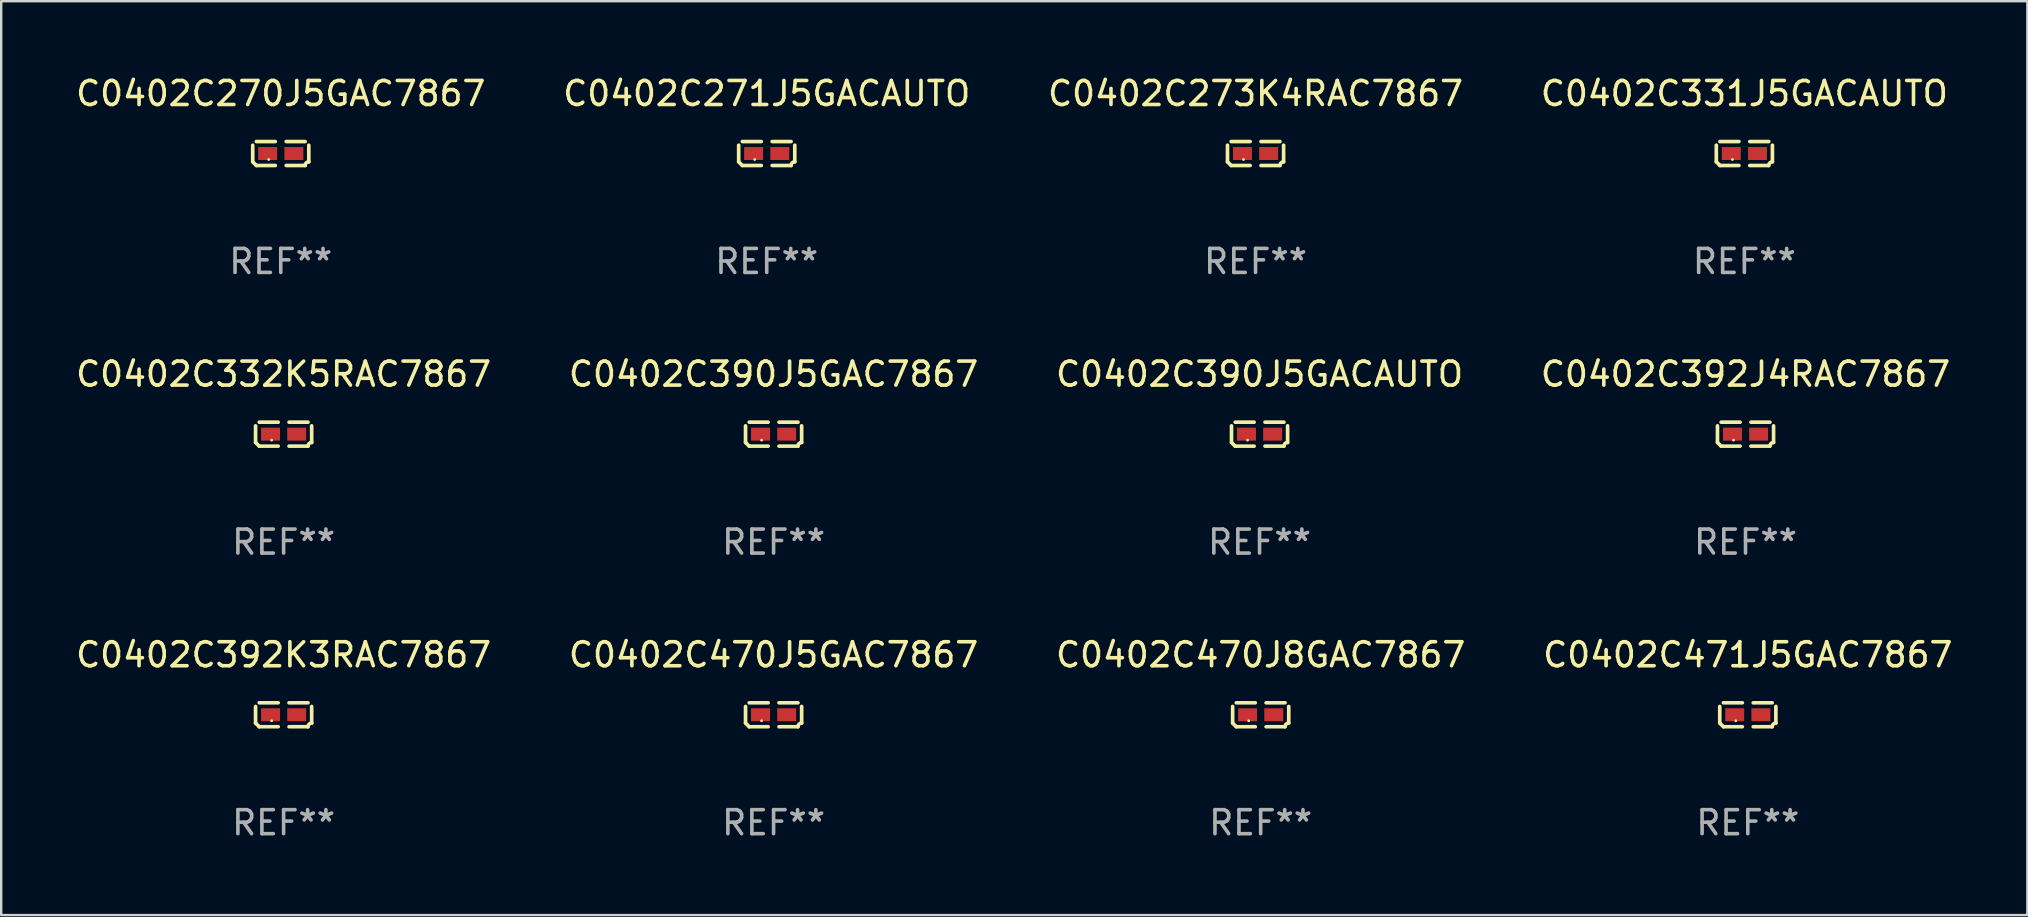
<source format=kicad_pcb>
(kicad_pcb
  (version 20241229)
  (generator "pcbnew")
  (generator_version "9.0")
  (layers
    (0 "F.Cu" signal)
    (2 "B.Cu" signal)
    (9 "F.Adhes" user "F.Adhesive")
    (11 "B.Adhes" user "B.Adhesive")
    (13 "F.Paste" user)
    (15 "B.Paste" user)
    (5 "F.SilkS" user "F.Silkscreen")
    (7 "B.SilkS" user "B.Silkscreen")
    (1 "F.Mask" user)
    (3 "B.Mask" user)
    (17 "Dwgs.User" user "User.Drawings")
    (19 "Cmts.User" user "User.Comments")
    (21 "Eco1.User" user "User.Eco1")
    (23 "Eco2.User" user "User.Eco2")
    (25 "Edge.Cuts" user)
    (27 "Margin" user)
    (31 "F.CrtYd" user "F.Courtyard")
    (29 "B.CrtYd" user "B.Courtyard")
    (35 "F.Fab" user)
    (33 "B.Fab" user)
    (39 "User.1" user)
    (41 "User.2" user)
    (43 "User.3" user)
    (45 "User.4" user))
  (footprint "C0402C390J5GAC7867"
    (layer "F.Cu")
    (at 29.185 15.041)
    (property "Reference" "C0402C390J5GAC7867" (at 0 -2.499 0) (layer "F.SilkS") (effects (font (size 1 1) (thickness 0.15))))
    (attr through_hole)
    (fp_line (start -1.169 0.346) (end -1.169 -0.346) (stroke (width 0.152) (type solid)) (layer "F.SilkS"))
    (fp_line (start -1.016 -0.499) (end -0.226 -0.499) (stroke (width 0.152) (type solid)) (layer "F.SilkS"))
    (fp_line (start -0.226 0.499) (end -1.016 0.499) (stroke (width 0.152) (type solid)) (layer "F.SilkS"))
    (fp_line (start 0.226 0.499) (end 1.016 0.499) (stroke (width 0.152) (type solid)) (layer "F.SilkS"))
    (fp_line (start 1.016 -0.499) (end 0.226 -0.499) (stroke (width 0.152) (type solid)) (layer "F.SilkS"))
    (fp_line (start 1.169 0.346) (end 1.169 -0.346) (stroke (width 0.152) (type solid)) (layer "F.SilkS"))
    (fp_arc (start -1.016307 0.498603) (mid -1.092512 0.422405) (end -1.16871 0.3462) (stroke (width 0.1524) (type solid)) (layer "F.SilkS"))
    (fp_arc (start 1.016307 0.498603) (mid 1.060899 0.390758) (end 1.168707 0.346076) (stroke (width 0.1524) (type solid)) (layer "F.SilkS"))
    (fp_circle (center -0.5 0.25) (end -0.47 0.25) (stroke (width 0.06) (type solid)) (fill no) (layer "F.SilkS"))
    (fp_text user "REF**" (at 0 4.499 0) (layer "F.Fab") (effects (font (size 1 1) (thickness 0.15))))
    (pad "1" smd rect (at -0.545 0) (size 0.79 0.54) (layers "F.Cu" "F.Mask" "F.Paste"))
    (pad "2" smd rect (at 0.545 0) (size 0.79 0.54) (layers "F.Cu" "F.Mask" "F.Paste")))
  (footprint "C0402C273K4RAC7867"
    (layer "F.Cu")
    (at 49.268 3.347)
    (property "Reference" "C0402C273K4RAC7867" (at 0 -2.499 0) (layer "F.SilkS") (effects (font (size 1 1) (thickness 0.15))))
    (attr through_hole)
    (fp_line (start -1.169 0.346) (end -1.169 -0.346) (stroke (width 0.152) (type solid)) (layer "F.SilkS"))
    (fp_line (start -1.016 -0.499) (end -0.226 -0.499) (stroke (width 0.152) (type solid)) (layer "F.SilkS"))
    (fp_line (start -0.226 0.499) (end -1.016 0.499) (stroke (width 0.152) (type solid)) (layer "F.SilkS"))
    (fp_line (start 0.226 0.499) (end 1.016 0.499) (stroke (width 0.152) (type solid)) (layer "F.SilkS"))
    (fp_line (start 1.016 -0.499) (end 0.226 -0.499) (stroke (width 0.152) (type solid)) (layer "F.SilkS"))
    (fp_line (start 1.169 0.346) (end 1.169 -0.346) (stroke (width 0.152) (type solid)) (layer "F.SilkS"))
    (fp_arc (start -1.016307 0.498603) (mid -1.092512 0.422405) (end -1.16871 0.3462) (stroke (width 0.1524) (type solid)) (layer "F.SilkS"))
    (fp_arc (start 1.016307 0.498603) (mid 1.060899 0.390758) (end 1.168707 0.346076) (stroke (width 0.1524) (type solid)) (layer "F.SilkS"))
    (fp_circle (center -0.5 0.25) (end -0.47 0.25) (stroke (width 0.06) (type solid)) (fill no) (layer "F.SilkS"))
    (fp_text user "REF**" (at 0 4.499 0) (layer "F.Fab") (effects (font (size 1 1) (thickness 0.15))))
    (pad "1" smd rect (at -0.545 0) (size 0.79 0.54) (layers "F.Cu" "F.Mask" "F.Paste"))
    (pad "2" smd rect (at 0.545 0) (size 0.79 0.54) (layers "F.Cu" "F.Mask" "F.Paste")))
  (footprint "C0402C471J5GAC7867"
    (layer "F.Cu")
    (at 69.78 26.734)
    (property "Reference" "C0402C471J5GAC7867" (at 0 -2.499 0) (layer "F.SilkS") (effects (font (size 1 1) (thickness 0.15))))
    (attr through_hole)
    (fp_line (start -1.169 0.346) (end -1.169 -0.346) (stroke (width 0.152) (type solid)) (layer "F.SilkS"))
    (fp_line (start -1.016 -0.499) (end -0.226 -0.499) (stroke (width 0.152) (type solid)) (layer "F.SilkS"))
    (fp_line (start -0.226 0.499) (end -1.016 0.499) (stroke (width 0.152) (type solid)) (layer "F.SilkS"))
    (fp_line (start 0.226 0.499) (end 1.016 0.499) (stroke (width 0.152) (type solid)) (layer "F.SilkS"))
    (fp_line (start 1.016 -0.499) (end 0.226 -0.499) (stroke (width 0.152) (type solid)) (layer "F.SilkS"))
    (fp_line (start 1.169 0.346) (end 1.169 -0.346) (stroke (width 0.152) (type solid)) (layer "F.SilkS"))
    (fp_arc (start -1.016307 0.498603) (mid -1.092512 0.422405) (end -1.16871 0.3462) (stroke (width 0.1524) (type solid)) (layer "F.SilkS"))
    (fp_arc (start 1.016307 0.498603) (mid 1.060899 0.390758) (end 1.168707 0.346076) (stroke (width 0.1524) (type solid)) (layer "F.SilkS"))
    (fp_circle (center -0.5 0.25) (end -0.47 0.25) (stroke (width 0.06) (type solid)) (fill no) (layer "F.SilkS"))
    (fp_text user "REF**" (at 0 4.499 0) (layer "F.Fab") (effects (font (size 1 1) (thickness 0.15))))
    (pad "1" smd rect (at -0.545 0) (size 0.79 0.54) (layers "F.Cu" "F.Mask" "F.Paste"))
    (pad "2" smd rect (at 0.545 0) (size 0.79 0.54) (layers "F.Cu" "F.Mask" "F.Paste")))
  (footprint "C0402C270J5GAC7867"
    (layer "F.Cu")
    (at 8.649 3.347)
    (property "Reference" "C0402C270J5GAC7867" (at 0 -2.499 0) (layer "F.SilkS") (effects (font (size 1 1) (thickness 0.15))))
    (attr through_hole)
    (fp_line (start -1.169 0.346) (end -1.169 -0.346) (stroke (width 0.152) (type solid)) (layer "F.SilkS"))
    (fp_line (start -1.016 -0.499) (end -0.226 -0.499) (stroke (width 0.152) (type solid)) (layer "F.SilkS"))
    (fp_line (start -0.226 0.499) (end -1.016 0.499) (stroke (width 0.152) (type solid)) (layer "F.SilkS"))
    (fp_line (start 0.226 0.499) (end 1.016 0.499) (stroke (width 0.152) (type solid)) (layer "F.SilkS"))
    (fp_line (start 1.016 -0.499) (end 0.226 -0.499) (stroke (width 0.152) (type solid)) (layer "F.SilkS"))
    (fp_line (start 1.169 0.346) (end 1.169 -0.346) (stroke (width 0.152) (type solid)) (layer "F.SilkS"))
    (fp_arc (start -1.016307 0.498603) (mid -1.092512 0.422405) (end -1.16871 0.3462) (stroke (width 0.1524) (type solid)) (layer "F.SilkS"))
    (fp_arc (start 1.016307 0.498603) (mid 1.060899 0.390758) (end 1.168707 0.346076) (stroke (width 0.1524) (type solid)) (layer "F.SilkS"))
    (fp_circle (center -0.5 0.25) (end -0.47 0.25) (stroke (width 0.06) (type solid)) (fill no) (layer "F.SilkS"))
    (fp_text user "REF**" (at 0 4.499 0) (layer "F.Fab") (effects (font (size 1 1) (thickness 0.15))))
    (pad "1" smd rect (at -0.545 0) (size 0.79 0.54) (layers "F.Cu" "F.Mask" "F.Paste"))
    (pad "2" smd rect (at 0.545 0) (size 0.79 0.54) (layers "F.Cu" "F.Mask" "F.Paste")))
  (footprint "C0402C470J8GAC7867"
    (layer "F.Cu")
    (at 49.482 26.734)
    (property "Reference" "C0402C470J8GAC7867" (at 0 -2.499 0) (layer "F.SilkS") (effects (font (size 1 1) (thickness 0.15))))
    (attr through_hole)
    (fp_line (start -1.169 0.346) (end -1.169 -0.346) (stroke (width 0.152) (type solid)) (layer "F.SilkS"))
    (fp_line (start -1.016 -0.499) (end -0.226 -0.499) (stroke (width 0.152) (type solid)) (layer "F.SilkS"))
    (fp_line (start -0.226 0.499) (end -1.016 0.499) (stroke (width 0.152) (type solid)) (layer "F.SilkS"))
    (fp_line (start 0.226 0.499) (end 1.016 0.499) (stroke (width 0.152) (type solid)) (layer "F.SilkS"))
    (fp_line (start 1.016 -0.499) (end 0.226 -0.499) (stroke (width 0.152) (type solid)) (layer "F.SilkS"))
    (fp_line (start 1.169 0.346) (end 1.169 -0.346) (stroke (width 0.152) (type solid)) (layer "F.SilkS"))
    (fp_arc (start -1.016307 0.498603) (mid -1.092512 0.422405) (end -1.16871 0.3462) (stroke (width 0.1524) (type solid)) (layer "F.SilkS"))
    (fp_arc (start 1.016307 0.498603) (mid 1.060899 0.390758) (end 1.168707 0.346076) (stroke (width 0.1524) (type solid)) (layer "F.SilkS"))
    (fp_circle (center -0.5 0.25) (end -0.47 0.25) (stroke (width 0.06) (type solid)) (fill no) (layer "F.SilkS"))
    (fp_text user "REF**" (at 0 4.499 0) (layer "F.Fab") (effects (font (size 1 1) (thickness 0.15))))
    (pad "1" smd rect (at -0.545 0) (size 0.79 0.54) (layers "F.Cu" "F.Mask" "F.Paste"))
    (pad "2" smd rect (at 0.545 0) (size 0.79 0.54) (layers "F.Cu" "F.Mask" "F.Paste")))
  (footprint "C0402C392K3RAC7867"
    (layer "F.Cu")
    (at 8.768 26.734)
    (property "Reference" "C0402C392K3RAC7867" (at 0 -2.499 0) (layer "F.SilkS") (effects (font (size 1 1) (thickness 0.15))))
    (attr through_hole)
    (fp_line (start -1.169 0.346) (end -1.169 -0.346) (stroke (width 0.152) (type solid)) (layer "F.SilkS"))
    (fp_line (start -1.016 -0.499) (end -0.226 -0.499) (stroke (width 0.152) (type solid)) (layer "F.SilkS"))
    (fp_line (start -0.226 0.499) (end -1.016 0.499) (stroke (width 0.152) (type solid)) (layer "F.SilkS"))
    (fp_line (start 0.226 0.499) (end 1.016 0.499) (stroke (width 0.152) (type solid)) (layer "F.SilkS"))
    (fp_line (start 1.016 -0.499) (end 0.226 -0.499) (stroke (width 0.152) (type solid)) (layer "F.SilkS"))
    (fp_line (start 1.169 0.346) (end 1.169 -0.346) (stroke (width 0.152) (type solid)) (layer "F.SilkS"))
    (fp_arc (start -1.016307 0.498603) (mid -1.092512 0.422405) (end -1.16871 0.3462) (stroke (width 0.1524) (type solid)) (layer "F.SilkS"))
    (fp_arc (start 1.016307 0.498603) (mid 1.060899 0.390758) (end 1.168707 0.346076) (stroke (width 0.1524) (type solid)) (layer "F.SilkS"))
    (fp_circle (center -0.5 0.25) (end -0.47 0.25) (stroke (width 0.06) (type solid)) (fill no) (layer "F.SilkS"))
    (fp_text user "REF**" (at 0 4.499 0) (layer "F.Fab") (effects (font (size 1 1) (thickness 0.15))))
    (pad "1" smd rect (at -0.545 0) (size 0.79 0.54) (layers "F.Cu" "F.Mask" "F.Paste"))
    (pad "2" smd rect (at 0.545 0) (size 0.79 0.54) (layers "F.Cu" "F.Mask" "F.Paste")))
  (footprint "C0402C332K5RAC7867"
    (layer "F.Cu")
    (at 8.768 15.041)
    (property "Reference" "C0402C332K5RAC7867" (at 0 -2.499 0) (layer "F.SilkS") (effects (font (size 1 1) (thickness 0.15))))
    (attr through_hole)
    (fp_line (start -1.169 0.346) (end -1.169 -0.346) (stroke (width 0.152) (type solid)) (layer "F.SilkS"))
    (fp_line (start -1.016 -0.499) (end -0.226 -0.499) (stroke (width 0.152) (type solid)) (layer "F.SilkS"))
    (fp_line (start -0.226 0.499) (end -1.016 0.499) (stroke (width 0.152) (type solid)) (layer "F.SilkS"))
    (fp_line (start 0.226 0.499) (end 1.016 0.499) (stroke (width 0.152) (type solid)) (layer "F.SilkS"))
    (fp_line (start 1.016 -0.499) (end 0.226 -0.499) (stroke (width 0.152) (type solid)) (layer "F.SilkS"))
    (fp_line (start 1.169 0.346) (end 1.169 -0.346) (stroke (width 0.152) (type solid)) (layer "F.SilkS"))
    (fp_arc (start -1.016307 0.498603) (mid -1.092512 0.422405) (end -1.16871 0.3462) (stroke (width 0.1524) (type solid)) (layer "F.SilkS"))
    (fp_arc (start 1.016307 0.498603) (mid 1.060899 0.390758) (end 1.168707 0.346076) (stroke (width 0.1524) (type solid)) (layer "F.SilkS"))
    (fp_circle (center -0.5 0.25) (end -0.47 0.25) (stroke (width 0.06) (type solid)) (fill no) (layer "F.SilkS"))
    (fp_text user "REF**" (at 0 4.499 0) (layer "F.Fab") (effects (font (size 1 1) (thickness 0.15))))
    (pad "1" smd rect (at -0.545 0) (size 0.79 0.54) (layers "F.Cu" "F.Mask" "F.Paste"))
    (pad "2" smd rect (at 0.545 0) (size 0.79 0.54) (layers "F.Cu" "F.Mask" "F.Paste")))
  (footprint "C0402C331J5GACAUTO"
    (layer "F.Cu")
    (at 69.637 3.347)
    (property "Reference" "C0402C331J5GACAUTO" (at 0 -2.499 0) (layer "F.SilkS") (effects (font (size 1 1) (thickness 0.15))))
    (attr through_hole)
    (fp_line (start -1.169 0.346) (end -1.169 -0.346) (stroke (width 0.152) (type solid)) (layer "F.SilkS"))
    (fp_line (start -1.016 -0.499) (end -0.226 -0.499) (stroke (width 0.152) (type solid)) (layer "F.SilkS"))
    (fp_line (start -0.226 0.499) (end -1.016 0.499) (stroke (width 0.152) (type solid)) (layer "F.SilkS"))
    (fp_line (start 0.226 0.499) (end 1.016 0.499) (stroke (width 0.152) (type solid)) (layer "F.SilkS"))
    (fp_line (start 1.016 -0.499) (end 0.226 -0.499) (stroke (width 0.152) (type solid)) (layer "F.SilkS"))
    (fp_line (start 1.169 0.346) (end 1.169 -0.346) (stroke (width 0.152) (type solid)) (layer "F.SilkS"))
    (fp_arc (start -1.016307 0.498603) (mid -1.092512 0.422405) (end -1.16871 0.3462) (stroke (width 0.1524) (type solid)) (layer "F.SilkS"))
    (fp_arc (start 1.016307 0.498603) (mid 1.060899 0.390758) (end 1.168707 0.346076) (stroke (width 0.1524) (type solid)) (layer "F.SilkS"))
    (fp_circle (center -0.5 0.25) (end -0.47 0.25) (stroke (width 0.06) (type solid)) (fill no) (layer "F.SilkS"))
    (fp_text user "REF**" (at 0 4.499 0) (layer "F.Fab") (effects (font (size 1 1) (thickness 0.15))))
    (pad "1" smd rect (at -0.545 0) (size 0.79 0.54) (layers "F.Cu" "F.Mask" "F.Paste"))
    (pad "2" smd rect (at 0.545 0) (size 0.79 0.54) (layers "F.Cu" "F.Mask" "F.Paste")))
  (footprint "C0402C390J5GACAUTO"
    (layer "F.Cu")
    (at 49.435 15.041)
    (property "Reference" "C0402C390J5GACAUTO" (at 0 -2.499 0) (layer "F.SilkS") (effects (font (size 1 1) (thickness 0.15))))
    (attr through_hole)
    (fp_line (start -1.169 0.346) (end -1.169 -0.346) (stroke (width 0.152) (type solid)) (layer "F.SilkS"))
    (fp_line (start -1.016 -0.499) (end -0.226 -0.499) (stroke (width 0.152) (type solid)) (layer "F.SilkS"))
    (fp_line (start -0.226 0.499) (end -1.016 0.499) (stroke (width 0.152) (type solid)) (layer "F.SilkS"))
    (fp_line (start 0.226 0.499) (end 1.016 0.499) (stroke (width 0.152) (type solid)) (layer "F.SilkS"))
    (fp_line (start 1.016 -0.499) (end 0.226 -0.499) (stroke (width 0.152) (type solid)) (layer "F.SilkS"))
    (fp_line (start 1.169 0.346) (end 1.169 -0.346) (stroke (width 0.152) (type solid)) (layer "F.SilkS"))
    (fp_arc (start -1.016307 0.498603) (mid -1.092512 0.422405) (end -1.16871 0.3462) (stroke (width 0.1524) (type solid)) (layer "F.SilkS"))
    (fp_arc (start 1.016307 0.498603) (mid 1.060899 0.390758) (end 1.168707 0.346076) (stroke (width 0.1524) (type solid)) (layer "F.SilkS"))
    (fp_circle (center -0.5 0.25) (end -0.47 0.25) (stroke (width 0.06) (type solid)) (fill no) (layer "F.SilkS"))
    (fp_text user "REF**" (at 0 4.499 0) (layer "F.Fab") (effects (font (size 1 1) (thickness 0.15))))
    (pad "1" smd rect (at -0.545 0) (size 0.79 0.54) (layers "F.Cu" "F.Mask" "F.Paste"))
    (pad "2" smd rect (at 0.545 0) (size 0.79 0.54) (layers "F.Cu" "F.Mask" "F.Paste")))
  (footprint "C0402C470J5GAC7867"
    (layer "F.Cu")
    (at 29.185 26.734)
    (property "Reference" "C0402C470J5GAC7867" (at 0 -2.499 0) (layer "F.SilkS") (effects (font (size 1 1) (thickness 0.15))))
    (attr through_hole)
    (fp_line (start -1.169 0.346) (end -1.169 -0.346) (stroke (width 0.152) (type solid)) (layer "F.SilkS"))
    (fp_line (start -1.016 -0.499) (end -0.226 -0.499) (stroke (width 0.152) (type solid)) (layer "F.SilkS"))
    (fp_line (start -0.226 0.499) (end -1.016 0.499) (stroke (width 0.152) (type solid)) (layer "F.SilkS"))
    (fp_line (start 0.226 0.499) (end 1.016 0.499) (stroke (width 0.152) (type solid)) (layer "F.SilkS"))
    (fp_line (start 1.016 -0.499) (end 0.226 -0.499) (stroke (width 0.152) (type solid)) (layer "F.SilkS"))
    (fp_line (start 1.169 0.346) (end 1.169 -0.346) (stroke (width 0.152) (type solid)) (layer "F.SilkS"))
    (fp_arc (start -1.016307 0.498603) (mid -1.092512 0.422405) (end -1.16871 0.3462) (stroke (width 0.1524) (type solid)) (layer "F.SilkS"))
    (fp_arc (start 1.016307 0.498603) (mid 1.060899 0.390758) (end 1.168707 0.346076) (stroke (width 0.1524) (type solid)) (layer "F.SilkS"))
    (fp_circle (center -0.5 0.25) (end -0.47 0.25) (stroke (width 0.06) (type solid)) (fill no) (layer "F.SilkS"))
    (fp_text user "REF**" (at 0 4.499 0) (layer "F.Fab") (effects (font (size 1 1) (thickness 0.15))))
    (pad "1" smd rect (at -0.545 0) (size 0.79 0.54) (layers "F.Cu" "F.Mask" "F.Paste"))
    (pad "2" smd rect (at 0.545 0) (size 0.79 0.54) (layers "F.Cu" "F.Mask" "F.Paste")))
  (footprint "C0402C271J5GACAUTO"
    (layer "F.Cu")
    (at 28.899 3.347)
    (property "Reference" "C0402C271J5GACAUTO" (at 0 -2.499 0) (layer "F.SilkS") (effects (font (size 1 1) (thickness 0.15))))
    (attr through_hole)
    (fp_line (start -1.169 0.346) (end -1.169 -0.346) (stroke (width 0.152) (type solid)) (layer "F.SilkS"))
    (fp_line (start -1.016 -0.499) (end -0.226 -0.499) (stroke (width 0.152) (type solid)) (layer "F.SilkS"))
    (fp_line (start -0.226 0.499) (end -1.016 0.499) (stroke (width 0.152) (type solid)) (layer "F.SilkS"))
    (fp_line (start 0.226 0.499) (end 1.016 0.499) (stroke (width 0.152) (type solid)) (layer "F.SilkS"))
    (fp_line (start 1.016 -0.499) (end 0.226 -0.499) (stroke (width 0.152) (type solid)) (layer "F.SilkS"))
    (fp_line (start 1.169 0.346) (end 1.169 -0.346) (stroke (width 0.152) (type solid)) (layer "F.SilkS"))
    (fp_arc (start -1.016307 0.498603) (mid -1.092512 0.422405) (end -1.16871 0.3462) (stroke (width 0.1524) (type solid)) (layer "F.SilkS"))
    (fp_arc (start 1.016307 0.498603) (mid 1.060899 0.390758) (end 1.168707 0.346076) (stroke (width 0.1524) (type solid)) (layer "F.SilkS"))
    (fp_circle (center -0.5 0.25) (end -0.47 0.25) (stroke (width 0.06) (type solid)) (fill no) (layer "F.SilkS"))
    (fp_text user "REF**" (at 0 4.499 0) (layer "F.Fab") (effects (font (size 1 1) (thickness 0.15))))
    (pad "1" smd rect (at -0.545 0) (size 0.79 0.54) (layers "F.Cu" "F.Mask" "F.Paste"))
    (pad "2" smd rect (at 0.545 0) (size 0.79 0.54) (layers "F.Cu" "F.Mask" "F.Paste")))
  (footprint "C0402C392J4RAC7867"
    (layer "F.Cu")
    (at 69.685 15.041)
    (property "Reference" "C0402C392J4RAC7867" (at 0 -2.499 0) (layer "F.SilkS") (effects (font (size 1 1) (thickness 0.15))))
    (attr through_hole)
    (fp_line (start -1.169 0.346) (end -1.169 -0.346) (stroke (width 0.152) (type solid)) (layer "F.SilkS"))
    (fp_line (start -1.016 -0.499) (end -0.226 -0.499) (stroke (width 0.152) (type solid)) (layer "F.SilkS"))
    (fp_line (start -0.226 0.499) (end -1.016 0.499) (stroke (width 0.152) (type solid)) (layer "F.SilkS"))
    (fp_line (start 0.226 0.499) (end 1.016 0.499) (stroke (width 0.152) (type solid)) (layer "F.SilkS"))
    (fp_line (start 1.016 -0.499) (end 0.226 -0.499) (stroke (width 0.152) (type solid)) (layer "F.SilkS"))
    (fp_line (start 1.169 0.346) (end 1.169 -0.346) (stroke (width 0.152) (type solid)) (layer "F.SilkS"))
    (fp_arc (start -1.016307 0.498603) (mid -1.092512 0.422405) (end -1.16871 0.3462) (stroke (width 0.1524) (type solid)) (layer "F.SilkS"))
    (fp_arc (start 1.016307 0.498603) (mid 1.060899 0.390758) (end 1.168707 0.346076) (stroke (width 0.1524) (type solid)) (layer "F.SilkS"))
    (fp_circle (center -0.5 0.25) (end -0.47 0.25) (stroke (width 0.06) (type solid)) (fill no) (layer "F.SilkS"))
    (fp_text user "REF**" (at 0 4.499 0) (layer "F.Fab") (effects (font (size 1 1) (thickness 0.15))))
    (pad "1" smd rect (at -0.545 0) (size 0.79 0.54) (layers "F.Cu" "F.Mask" "F.Paste"))
    (pad "2" smd rect (at 0.545 0) (size 0.79 0.54) (layers "F.Cu" "F.Mask" "F.Paste")))
  (gr_rect
    (start -3 -3)
    (end 81.429 35.081)
    (stroke (width 0.1) (type default))
    (fill no)
    (layer "Edge.Cuts")))
</source>
